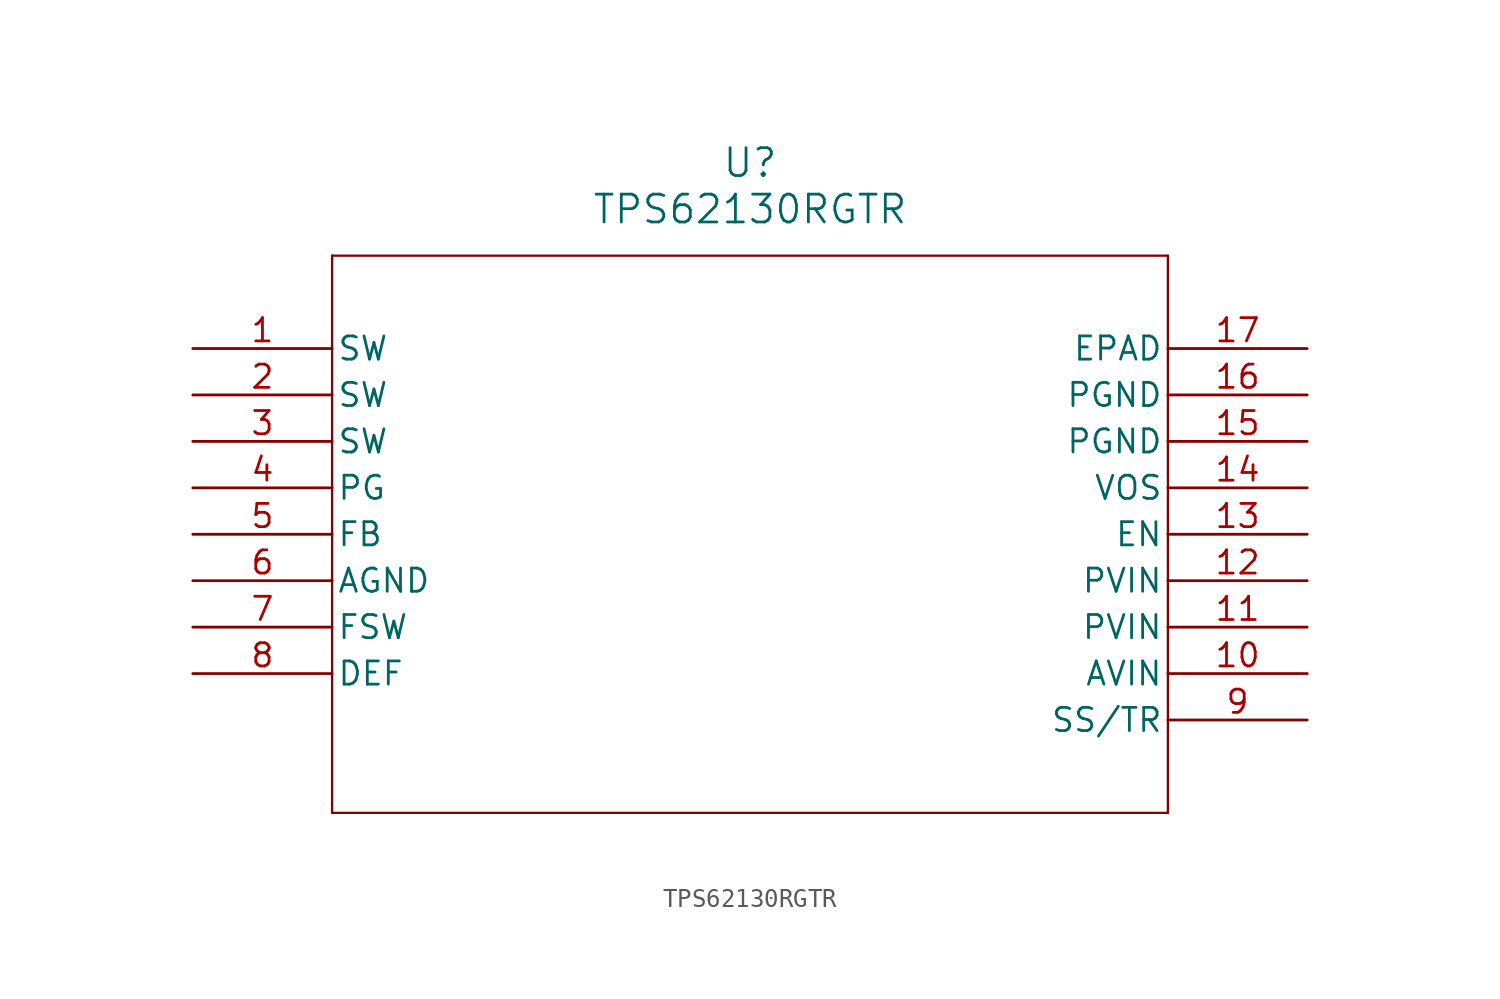
<source format=kicad_sym>
(kicad_symbol_lib
  (version 20241209)
  (generator "kicad_symbol_editor")
  (generator_version "9.0")
  (symbol "TPS62130RGTR"
    (pin_names
      (offset 0.254))
    (property "Reference" "U"
      (at 30.48 10.16 0)
      (effects (font (size 1.524 1.524))))
    (property "Value" "TPS62130RGTR"
      (at 30.48 7.62 0)
      (effects (font (size 1.524 1.524))))
    (property "ki_locked" ""
      (at 0 0 0)
      (effects (font (size 1.27 1.27))))
    (symbol "TPS62130RGTR_0_1"
      (polyline (pts (xy 7.62 5.08) (xy 7.62 -25.4)) (stroke (width 0.127) (type default)) (fill (type none)))
      (polyline (pts (xy 7.62 -25.4) (xy 53.34 -25.4)) (stroke (width 0.127) (type default)) (fill (type none)))
      (polyline (pts (xy 53.34 5.08) (xy 7.62 5.08)) (stroke (width 0.127) (type default)) (fill (type none)))
      (polyline (pts (xy 53.34 -25.4) (xy 53.34 5.08)) (stroke (width 0.127) (type default)) (fill (type none)))
      (pin output line (at 0 0 0) (length 7.62) (name "SW" (effects (font (size 1.27 1.27)))) (number "1" (effects (font (size 1.27 1.27)))))
      (pin output line (at 0 -2.54 0) (length 7.62) (name "SW" (effects (font (size 1.27 1.27)))) (number "2" (effects (font (size 1.27 1.27)))))
      (pin output line (at 0 -5.08 0) (length 7.62) (name "SW" (effects (font (size 1.27 1.27)))) (number "3" (effects (font (size 1.27 1.27)))))
      (pin output line (at 0 -7.62 0) (length 7.62) (name "PG" (effects (font (size 1.27 1.27)))) (number "4" (effects (font (size 1.27 1.27)))))
      (pin input line (at 0 -10.16 0) (length 7.62) (name "FB" (effects (font (size 1.27 1.27)))) (number "5" (effects (font (size 1.27 1.27)))))
      (pin power_in line (at 0 -12.7 0) (length 7.62) (name "AGND" (effects (font (size 1.27 1.27)))) (number "6" (effects (font (size 1.27 1.27)))))
      (pin input line (at 0 -15.24 0) (length 7.62) (name "FSW" (effects (font (size 1.27 1.27)))) (number "7" (effects (font (size 1.27 1.27)))))
      (pin input line (at 0 -17.78 0) (length 7.62) (name "DEF" (effects (font (size 1.27 1.27)))) (number "8" (effects (font (size 1.27 1.27)))))
      (pin unspecified line (at 60.96 0 180) (length 7.62) (name "EPAD" (effects (font (size 1.27 1.27)))) (number "17" (effects (font (size 1.27 1.27)))))
      (pin power_in line (at 60.96 -2.54 180) (length 7.62) (name "PGND" (effects (font (size 1.27 1.27)))) (number "16" (effects (font (size 1.27 1.27)))))
      (pin power_in line (at 60.96 -5.08 180) (length 7.62) (name "PGND" (effects (font (size 1.27 1.27)))) (number "15" (effects (font (size 1.27 1.27)))))
      (pin input line (at 60.96 -7.62 180) (length 7.62) (name "VOS" (effects (font (size 1.27 1.27)))) (number "14" (effects (font (size 1.27 1.27)))))
      (pin input line (at 60.96 -10.16 180) (length 7.62) (name "EN" (effects (font (size 1.27 1.27)))) (number "13" (effects (font (size 1.27 1.27)))))
      (pin input line (at 60.96 -12.7 180) (length 7.62) (name "PVIN" (effects (font (size 1.27 1.27)))) (number "12" (effects (font (size 1.27 1.27)))))
      (pin input line (at 60.96 -15.24 180) (length 7.62) (name "PVIN" (effects (font (size 1.27 1.27)))) (number "11" (effects (font (size 1.27 1.27)))))
      (pin input line (at 60.96 -17.78 180) (length 7.62) (name "AVIN" (effects (font (size 1.27 1.27)))) (number "10" (effects (font (size 1.27 1.27)))))
      (pin input line (at 60.96 -20.32 180) (length 7.62) (name "SS/TR" (effects (font (size 1.27 1.27)))) (number "9" (effects (font (size 1.27 1.27))))))))
</source>
